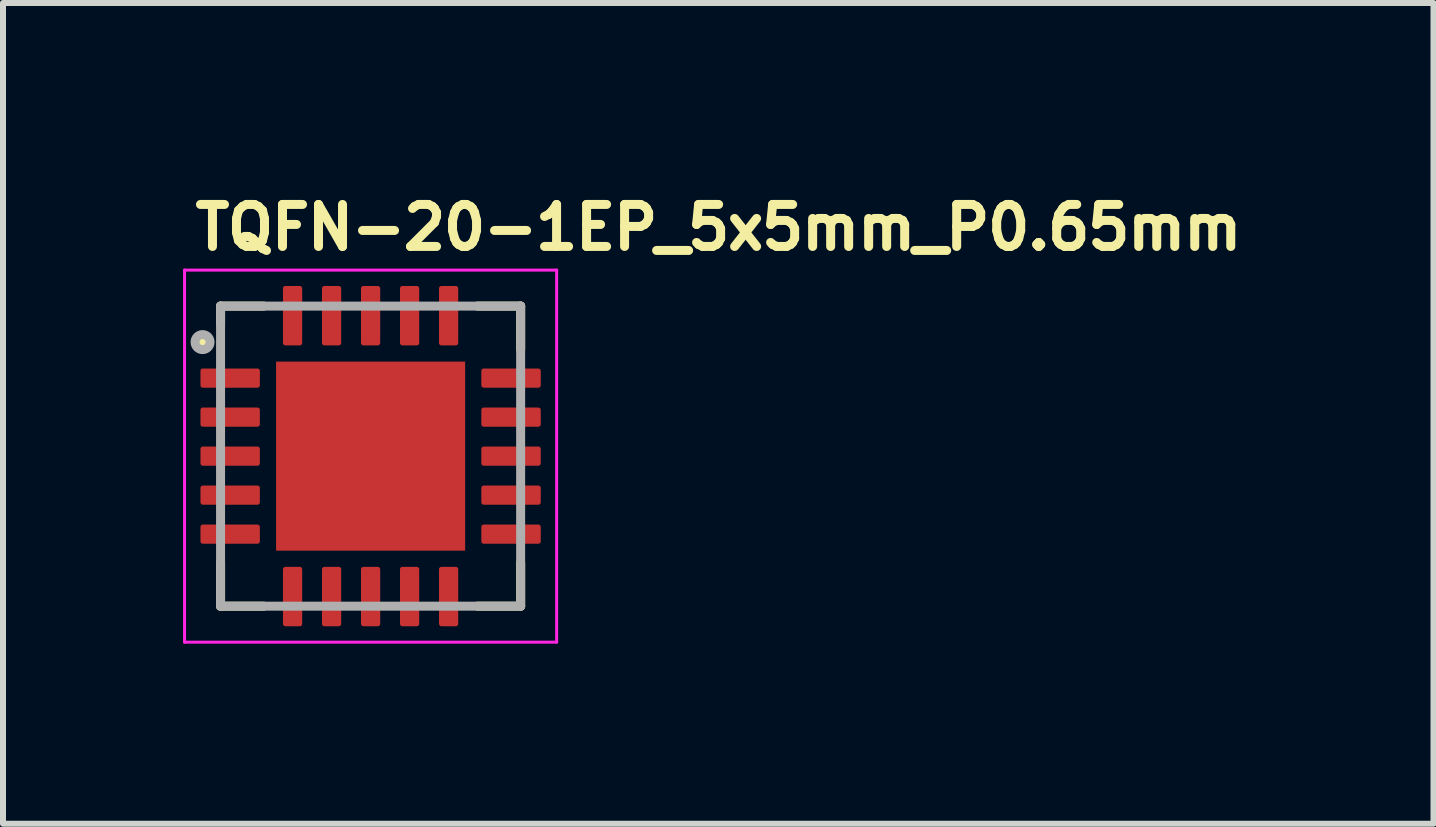
<source format=kicad_pcb>
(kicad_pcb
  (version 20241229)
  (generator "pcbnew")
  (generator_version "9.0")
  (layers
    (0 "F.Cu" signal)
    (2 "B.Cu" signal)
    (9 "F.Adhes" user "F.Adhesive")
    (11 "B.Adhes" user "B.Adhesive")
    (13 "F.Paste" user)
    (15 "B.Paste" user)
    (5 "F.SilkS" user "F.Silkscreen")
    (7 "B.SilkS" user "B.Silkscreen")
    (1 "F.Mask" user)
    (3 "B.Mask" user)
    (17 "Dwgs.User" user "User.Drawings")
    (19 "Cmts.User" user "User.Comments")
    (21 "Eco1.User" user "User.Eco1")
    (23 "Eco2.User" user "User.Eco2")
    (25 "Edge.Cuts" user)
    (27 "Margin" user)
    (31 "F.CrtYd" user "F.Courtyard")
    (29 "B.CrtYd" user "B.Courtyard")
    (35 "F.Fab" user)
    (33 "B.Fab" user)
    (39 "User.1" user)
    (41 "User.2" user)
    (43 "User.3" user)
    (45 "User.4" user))
  (footprint "TQFN-20-1EP_5x5mm_P0.65mm"
    (layer "F.Cu")
    (at 3.125 4.55)
    (property "Reference" "TQFN-20-1EP_5x5mm_P0.65mm" (at -3 -3.4 0) (layer "F.SilkS") (effects (font (size 0.7 0.7) (thickness 0.15)) (justify left bottom)))
    (attr smd)
    (fp_line (start -2.5 -2.5) (end -2.5 -2.2) (stroke (width 0.15) (type solid)) (layer "F.SilkS"))
    (fp_line (start -2.5 -2.5) (end -1.78 -2.5) (stroke (width 0.15) (type solid)) (layer "F.SilkS"))
    (fp_line (start -2.5 2.5) (end -2.5 1.78) (stroke (width 0.15) (type solid)) (layer "F.SilkS"))
    (fp_line (start -2.5 2.5) (end -1.78 2.5) (stroke (width 0.15) (type solid)) (layer "F.SilkS"))
    (fp_line (start 2.5 -2.5) (end 1.78 -2.5) (stroke (width 0.15) (type solid)) (layer "F.SilkS"))
    (fp_line (start 2.5 -2.5) (end 2.5 -1.78) (stroke (width 0.15) (type solid)) (layer "F.SilkS"))
    (fp_line (start 2.5 2.5) (end 1.78 2.5) (stroke (width 0.15) (type solid)) (layer "F.SilkS"))
    (fp_line (start 2.5 2.5) (end 2.5 1.78) (stroke (width 0.15) (type solid)) (layer "F.SilkS"))
    (fp_circle (center -2.8 -1.9) (end -2.75 -1.9) (stroke (width 0.15) (type solid)) (fill yes) (layer "F.SilkS"))
    (fp_poly (pts (xy -1.08 -1.08) (xy 1.08 -1.08) (xy 1.08 1.08) (xy -1.08 1.08)) (stroke (width 0.01) (type solid)) (fill yes) (layer "F.Paste"))
    (fp_line (start -3.1 -3.1) (end 3.1 -3.1) (stroke (width 0.05) (type solid)) (layer "F.CrtYd"))
    (fp_line (start -3.1 3.1) (end -3.1 -3.1) (stroke (width 0.05) (type solid)) (layer "F.CrtYd"))
    (fp_line (start -3.1 3.1) (end 3.1 3.1) (stroke (width 0.05) (type solid)) (layer "F.CrtYd"))
    (fp_line (start 3.1 3.1) (end 3.1 -3.1) (stroke (width 0.05) (type solid)) (layer "F.CrtYd"))
    (fp_line (start -2.5 2.5) (end -2.5 -2.5) (stroke (width 0.15) (type solid)) (layer "F.Fab"))
    (fp_line (start 2.5 -2.5) (end -2.5 -2.5) (stroke (width 0.15) (type solid)) (layer "F.Fab"))
    (fp_line (start 2.5 2.5) (end -2.5 2.5) (stroke (width 0.15) (type solid)) (layer "F.Fab"))
    (fp_line (start 2.5 2.5) (end 2.5 -2.5) (stroke (width 0.15) (type solid)) (layer "F.Fab"))
    (fp_circle (center -2.8 -1.9) (end -2.75 -1.9) (stroke (width 0.15) (type solid)) (fill no) (layer "F.Fab"))
    (fp_rect (start -2.5 -2.5) (end 2.5 2.5) (stroke (width 0.1) (type solid)) (fill no) (layer "User.5"))
    (fp_line (start -2.5 -2.5) (end -2.5 2.5) (stroke (width 0.02) (type solid)) (layer "User.9"))
    (fp_line (start -2.5 2.5) (end 2.5 2.5) (stroke (width 0.02) (type solid)) (layer "User.9"))
    (fp_line (start -2.3 -2.1) (end -2.296 -2.061) (stroke (width 0.02) (type solid)) (layer "User.9"))
    (fp_line (start -2.3 -2.1) (end -2.296 -2.061) (stroke (width 0.02) (type solid)) (layer "User.9"))
    (fp_line (start -2.296 -2.139) (end -2.3 -2.1) (stroke (width 0.02) (type solid)) (layer "User.9"))
    (fp_line (start -2.296 -2.139) (end -2.3 -2.1) (stroke (width 0.02) (type solid)) (layer "User.9"))
    (fp_line (start -2.296 -2.061) (end -2.285 -2.023) (stroke (width 0.02) (type solid)) (layer "User.9"))
    (fp_line (start -2.296 -2.061) (end -2.285 -2.023) (stroke (width 0.02) (type solid)) (layer "User.9"))
    (fp_line (start -2.285 -2.177) (end -2.296 -2.139) (stroke (width 0.02) (type solid)) (layer "User.9"))
    (fp_line (start -2.285 -2.177) (end -2.296 -2.139) (stroke (width 0.02) (type solid)) (layer "User.9"))
    (fp_line (start -2.285 -2.023) (end -2.266 -1.989) (stroke (width 0.02) (type solid)) (layer "User.9"))
    (fp_line (start -2.285 -2.023) (end -2.266 -1.989) (stroke (width 0.02) (type solid)) (layer "User.9"))
    (fp_line (start -2.266 -2.211) (end -2.285 -2.177) (stroke (width 0.02) (type solid)) (layer "User.9"))
    (fp_line (start -2.266 -2.211) (end -2.285 -2.177) (stroke (width 0.02) (type solid)) (layer "User.9"))
    (fp_line (start -2.266 -1.989) (end -2.241 -1.959) (stroke (width 0.02) (type solid)) (layer "User.9"))
    (fp_line (start -2.266 -1.989) (end -2.241 -1.959) (stroke (width 0.02) (type solid)) (layer "User.9"))
    (fp_line (start -2.241 -2.241) (end -2.266 -2.211) (stroke (width 0.02) (type solid)) (layer "User.9"))
    (fp_line (start -2.241 -2.241) (end -2.266 -2.211) (stroke (width 0.02) (type solid)) (layer "User.9"))
    (fp_line (start -2.241 -1.959) (end -2.211 -1.934) (stroke (width 0.02) (type solid)) (layer "User.9"))
    (fp_line (start -2.241 -1.959) (end -2.211 -1.934) (stroke (width 0.02) (type solid)) (layer "User.9"))
    (fp_line (start -2.211 -2.266) (end -2.241 -2.241) (stroke (width 0.02) (type solid)) (layer "User.9"))
    (fp_line (start -2.211 -2.266) (end -2.241 -2.241) (stroke (width 0.02) (type solid)) (layer "User.9"))
    (fp_line (start -2.211 -1.934) (end -2.177 -1.915) (stroke (width 0.02) (type solid)) (layer "User.9"))
    (fp_line (start -2.211 -1.934) (end -2.177 -1.915) (stroke (width 0.02) (type solid)) (layer "User.9"))
    (fp_line (start -2.177 -2.285) (end -2.211 -2.266) (stroke (width 0.02) (type solid)) (layer "User.9"))
    (fp_line (start -2.177 -2.285) (end -2.211 -2.266) (stroke (width 0.02) (type solid)) (layer "User.9"))
    (fp_line (start -2.177 -1.915) (end -2.139 -1.904) (stroke (width 0.02) (type solid)) (layer "User.9"))
    (fp_line (start -2.177 -1.915) (end -2.139 -1.904) (stroke (width 0.02) (type solid)) (layer "User.9"))
    (fp_line (start -2.139 -2.296) (end -2.177 -2.285) (stroke (width 0.02) (type solid)) (layer "User.9"))
    (fp_line (start -2.139 -2.296) (end -2.177 -2.285) (stroke (width 0.02) (type solid)) (layer "User.9"))
    (fp_line (start -2.139 -1.904) (end -2.1 -1.9) (stroke (width 0.02) (type solid)) (layer "User.9"))
    (fp_line (start -2.139 -1.904) (end -2.1 -1.9) (stroke (width 0.02) (type solid)) (layer "User.9"))
    (fp_line (start -2.1 -2.3) (end -2.139 -2.296) (stroke (width 0.02) (type solid)) (layer "User.9"))
    (fp_line (start -2.1 -2.3) (end -2.139 -2.296) (stroke (width 0.02) (type solid)) (layer "User.9"))
    (fp_line (start -2.1 -1.9) (end -2.061 -1.904) (stroke (width 0.02) (type solid)) (layer "User.9"))
    (fp_line (start -2.1 -1.9) (end -2.061 -1.904) (stroke (width 0.02) (type solid)) (layer "User.9"))
    (fp_line (start -2.061 -2.296) (end -2.1 -2.3) (stroke (width 0.02) (type solid)) (layer "User.9"))
    (fp_line (start -2.061 -2.296) (end -2.1 -2.3) (stroke (width 0.02) (type solid)) (layer "User.9"))
    (fp_line (start -2.061 -1.904) (end -2.023 -1.915) (stroke (width 0.02) (type solid)) (layer "User.9"))
    (fp_line (start -2.061 -1.904) (end -2.023 -1.915) (stroke (width 0.02) (type solid)) (layer "User.9"))
    (fp_line (start -2.023 -2.285) (end -2.061 -2.296) (stroke (width 0.02) (type solid)) (layer "User.9"))
    (fp_line (start -2.023 -2.285) (end -2.061 -2.296) (stroke (width 0.02) (type solid)) (layer "User.9"))
    (fp_line (start -2.023 -1.915) (end -1.989 -1.934) (stroke (width 0.02) (type solid)) (layer "User.9"))
    (fp_line (start -2.023 -1.915) (end -1.989 -1.934) (stroke (width 0.02) (type solid)) (layer "User.9"))
    (fp_line (start -1.989 -2.266) (end -2.023 -2.285) (stroke (width 0.02) (type solid)) (layer "User.9"))
    (fp_line (start -1.989 -2.266) (end -2.023 -2.285) (stroke (width 0.02) (type solid)) (layer "User.9"))
    (fp_line (start -1.989 -1.934) (end -1.959 -1.959) (stroke (width 0.02) (type solid)) (layer "User.9"))
    (fp_line (start -1.989 -1.934) (end -1.959 -1.959) (stroke (width 0.02) (type solid)) (layer "User.9"))
    (fp_line (start -1.959 -2.241) (end -1.989 -2.266) (stroke (width 0.02) (type solid)) (layer "User.9"))
    (fp_line (start -1.959 -2.241) (end -1.989 -2.266) (stroke (width 0.02) (type solid)) (layer "User.9"))
    (fp_line (start -1.959 -1.959) (end -1.934 -1.989) (stroke (width 0.02) (type solid)) (layer "User.9"))
    (fp_line (start -1.959 -1.959) (end -1.934 -1.989) (stroke (width 0.02) (type solid)) (layer "User.9"))
    (fp_line (start -1.934 -2.211) (end -1.959 -2.241) (stroke (width 0.02) (type solid)) (layer "User.9"))
    (fp_line (start -1.934 -2.211) (end -1.959 -2.241) (stroke (width 0.02) (type solid)) (layer "User.9"))
    (fp_line (start -1.934 -1.989) (end -1.915 -2.023) (stroke (width 0.02) (type solid)) (layer "User.9"))
    (fp_line (start -1.934 -1.989) (end -1.915 -2.023) (stroke (width 0.02) (type solid)) (layer "User.9"))
    (fp_line (start -1.915 -2.177) (end -1.934 -2.211) (stroke (width 0.02) (type solid)) (layer "User.9"))
    (fp_line (start -1.915 -2.177) (end -1.934 -2.211) (stroke (width 0.02) (type solid)) (layer "User.9"))
    (fp_line (start -1.915 -2.023) (end -1.904 -2.061) (stroke (width 0.02) (type solid)) (layer "User.9"))
    (fp_line (start -1.915 -2.023) (end -1.904 -2.061) (stroke (width 0.02) (type solid)) (layer "User.9"))
    (fp_line (start -1.904 -2.139) (end -1.915 -2.177) (stroke (width 0.02) (type solid)) (layer "User.9"))
    (fp_line (start -1.904 -2.139) (end -1.915 -2.177) (stroke (width 0.02) (type solid)) (layer "User.9"))
    (fp_line (start -1.904 -2.061) (end -1.9 -2.1) (stroke (width 0.02) (type solid)) (layer "User.9"))
    (fp_line (start -1.904 -2.061) (end -1.9 -2.1) (stroke (width 0.02) (type solid)) (layer "User.9"))
    (fp_line (start -1.9 -2.1) (end -1.904 -2.139) (stroke (width 0.02) (type solid)) (layer "User.9"))
    (fp_line (start -1.9 -2.1) (end -1.904 -2.139) (stroke (width 0.02) (type solid)) (layer "User.9"))
    (fp_line (start 2.5 -2.5) (end -2.5 -2.5) (stroke (width 0.02) (type solid)) (layer "User.9"))
    (fp_line (start 2.5 2.5) (end 2.5 -2.5) (stroke (width 0.02) (type solid)) (layer "User.9"))
    (pad "1" smd roundrect (at -2.34 -1.3) (size 0.99 0.32) (layers "F.Cu" "F.Mask" "F.Paste") (roundrect_rratio 0.125))
    (pad "2" smd roundrect (at -2.34 -0.65) (size 0.99 0.32) (layers "F.Cu" "F.Mask" "F.Paste") (roundrect_rratio 0.125))
    (pad "3" smd roundrect (at -2.34 0) (size 0.99 0.32) (layers "F.Cu" "F.Mask" "F.Paste") (roundrect_rratio 0.125))
    (pad "4" smd roundrect (at -2.34 0.65) (size 0.99 0.32) (layers "F.Cu" "F.Mask" "F.Paste") (roundrect_rratio 0.125))
    (pad "5" smd roundrect (at -2.34 1.3) (size 0.99 0.32) (layers "F.Cu" "F.Mask" "F.Paste") (roundrect_rratio 0.125))
    (pad "6" smd roundrect (at -1.3 2.34 90) (size 0.99 0.32) (layers "F.Cu" "F.Mask" "F.Paste") (roundrect_rratio 0.125))
    (pad "7" smd roundrect (at -0.65 2.34 90) (size 0.99 0.32) (layers "F.Cu" "F.Mask" "F.Paste") (roundrect_rratio 0.125))
    (pad "8" smd roundrect (at 0 2.34 90) (size 0.99 0.32) (layers "F.Cu" "F.Mask" "F.Paste") (roundrect_rratio 0.125))
    (pad "9" smd roundrect (at 0.65 2.34 90) (size 0.99 0.32) (layers "F.Cu" "F.Mask" "F.Paste") (roundrect_rratio 0.125))
    (pad "10" smd roundrect (at 1.3 2.34 90) (size 0.99 0.32) (layers "F.Cu" "F.Mask" "F.Paste") (roundrect_rratio 0.125))
    (pad "11" smd roundrect (at 2.34 1.3) (size 0.99 0.32) (layers "F.Cu" "F.Mask" "F.Paste") (roundrect_rratio 0.125))
    (pad "12" smd roundrect (at 2.34 0.65) (size 0.99 0.32) (layers "F.Cu" "F.Mask" "F.Paste") (roundrect_rratio 0.125))
    (pad "13" smd roundrect (at 2.34 0) (size 0.99 0.32) (layers "F.Cu" "F.Mask" "F.Paste") (roundrect_rratio 0.125))
    (pad "14" smd roundrect (at 2.34 -0.65) (size 0.99 0.32) (layers "F.Cu" "F.Mask" "F.Paste") (roundrect_rratio 0.125))
    (pad "15" smd roundrect (at 2.34 -1.3) (size 0.99 0.32) (layers "F.Cu" "F.Mask" "F.Paste") (roundrect_rratio 0.125))
    (pad "16" smd roundrect (at 1.3 -2.34 90) (size 0.99 0.32) (layers "F.Cu" "F.Mask" "F.Paste") (roundrect_rratio 0.125))
    (pad "17" smd roundrect (at 0.65 -2.34 90) (size 0.99 0.32) (layers "F.Cu" "F.Mask" "F.Paste") (roundrect_rratio 0.125))
    (pad "18" smd roundrect (at 0 -2.34 90) (size 0.99 0.32) (layers "F.Cu" "F.Mask" "F.Paste") (roundrect_rratio 0.125))
    (pad "19" smd roundrect (at -0.65 -2.34 90) (size 0.99 0.32) (layers "F.Cu" "F.Mask" "F.Paste") (roundrect_rratio 0.125))
    (pad "20" smd roundrect (at -1.3 -2.34 90) (size 0.99 0.32) (layers "F.Cu" "F.Mask" "F.Paste") (roundrect_rratio 0.125))
    (pad "21" smd rect (at 0 0) (size 3.15 3.15) (layers "F.Cu" "F.Mask")))
  (gr_rect
    (start -3 -3)
    (end 20.835 10.675)
    (stroke (width 0.1) (type default))
    (fill no)
    (layer "Edge.Cuts")))
</source>
